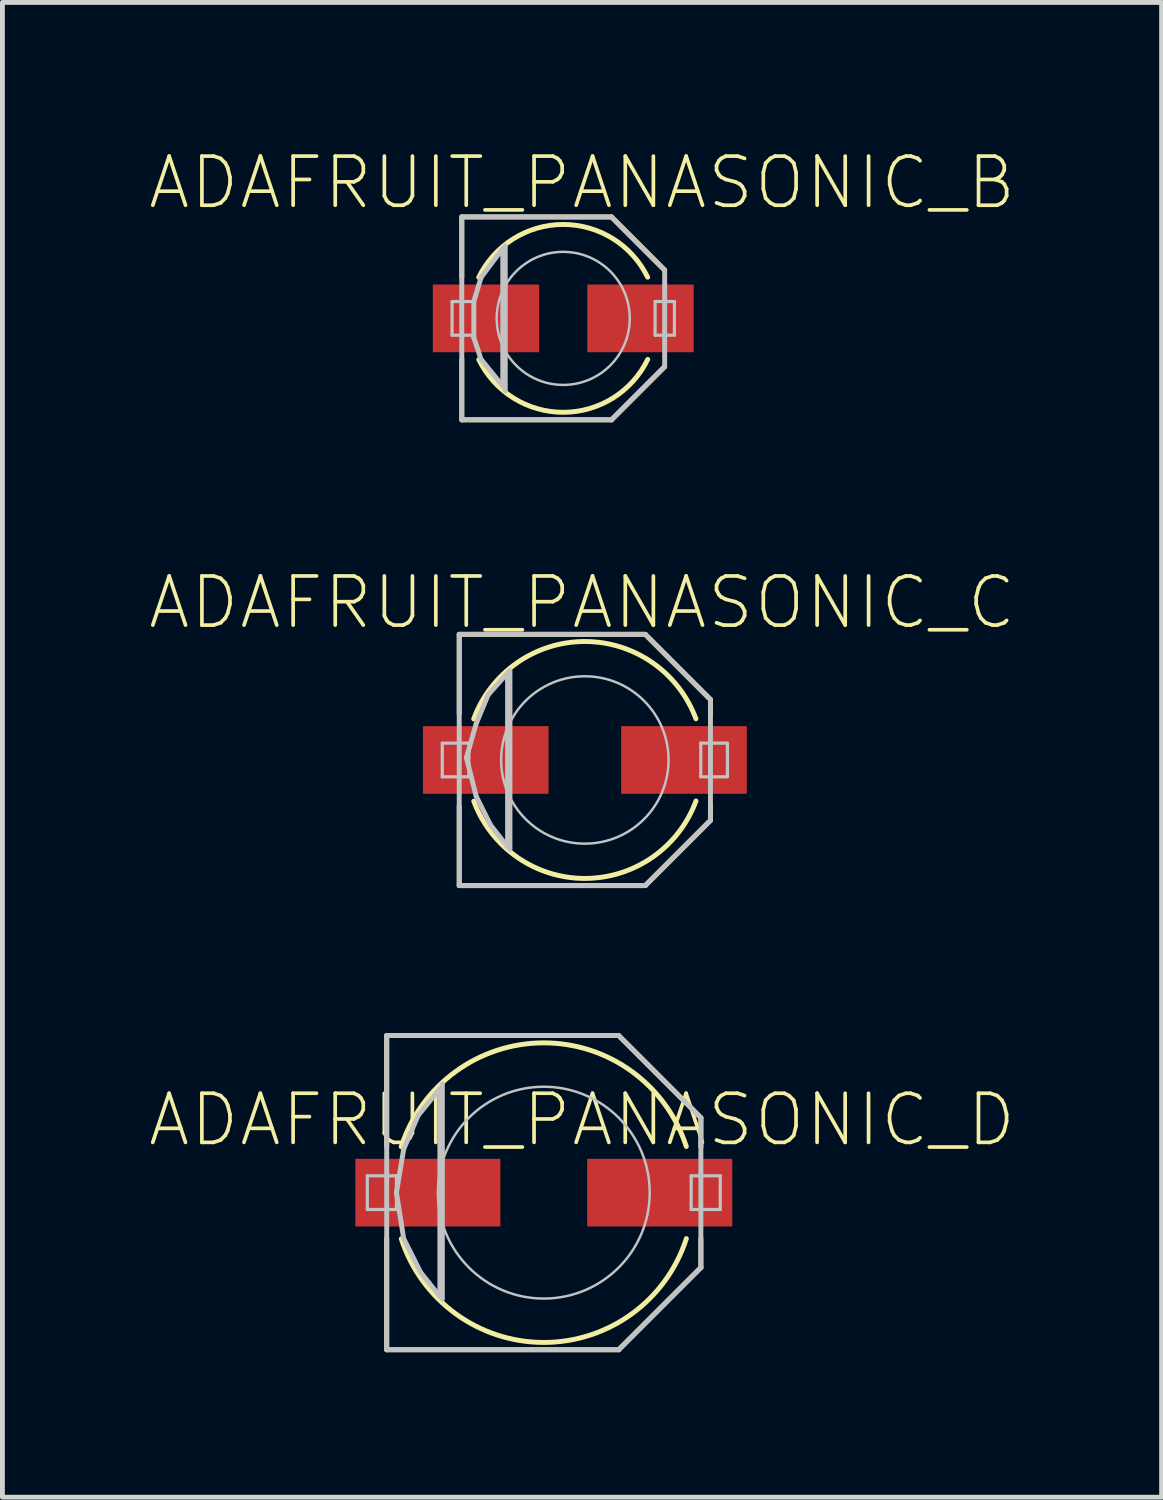
<source format=kicad_pcb>
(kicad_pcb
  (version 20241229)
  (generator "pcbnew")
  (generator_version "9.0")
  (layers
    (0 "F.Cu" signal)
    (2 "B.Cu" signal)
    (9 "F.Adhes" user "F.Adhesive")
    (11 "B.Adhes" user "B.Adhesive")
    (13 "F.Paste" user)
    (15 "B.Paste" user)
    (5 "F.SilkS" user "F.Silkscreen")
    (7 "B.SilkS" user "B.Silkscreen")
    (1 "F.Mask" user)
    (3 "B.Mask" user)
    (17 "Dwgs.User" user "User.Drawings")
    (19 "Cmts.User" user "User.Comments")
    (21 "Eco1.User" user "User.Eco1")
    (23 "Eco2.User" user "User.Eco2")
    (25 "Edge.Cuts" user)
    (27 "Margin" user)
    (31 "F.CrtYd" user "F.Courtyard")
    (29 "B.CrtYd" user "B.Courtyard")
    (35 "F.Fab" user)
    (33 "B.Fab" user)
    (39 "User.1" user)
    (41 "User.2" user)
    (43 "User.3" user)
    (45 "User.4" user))
  (footprint "ADAFRUIT_PANASONIC_D"
    (layer "F.Cu")
    (at 8.197 21.617)
    (property "Reference" "ADAFRUIT_PANASONIC_D" (at 0.79 -1.506 0) (layer "F.SilkS") (effects (font (size 1.016 1.016) (thickness 0.076))))
    (attr smd)
    (fp_line (start -3.249 -3.249) (end 1.549 -3.249) (stroke (width 0.102) (type solid)) (layer "F.SilkS"))
    (fp_line (start -3.249 -0.95) (end -3.249 -3.249) (stroke (width 0.102) (type solid)) (layer "F.SilkS"))
    (fp_line (start -3.249 3.249) (end -3.249 0.95) (stroke (width 0.102) (type solid)) (layer "F.SilkS"))
    (fp_line (start 1.549 -3.249) (end 3.249 -1.549) (stroke (width 0.102) (type solid)) (layer "F.SilkS"))
    (fp_line (start 1.549 3.249) (end -3.249 3.249) (stroke (width 0.102) (type solid)) (layer "F.SilkS"))
    (fp_line (start 3.249 -1.549) (end 3.249 -0.95) (stroke (width 0.102) (type solid)) (layer "F.SilkS"))
    (fp_line (start 3.249 0.95) (end 3.249 1.549) (stroke (width 0.102) (type solid)) (layer "F.SilkS"))
    (fp_line (start 3.249 1.549) (end 1.549 3.249) (stroke (width 0.102) (type solid)) (layer "F.SilkS"))
    (fp_arc (start -2.94894 -0.94996) (mid -0.0024 -3.098171) (end 2.947465 -0.954527) (stroke (width 0.1016) (type solid)) (layer "F.SilkS"))
    (fp_arc (start 2.94894 0.94996) (mid 0.0024 3.098171) (end -2.947465 0.954527) (stroke (width 0.1016) (type solid)) (layer "F.SilkS"))
    (fp_line (start -3.65 -0.348) (end -3.048 -0.348) (stroke (width 0.066) (type solid)) (layer "Dwgs.User"))
    (fp_line (start -3.65 0.348) (end -3.65 -0.348) (stroke (width 0.066) (type solid)) (layer "Dwgs.User"))
    (fp_line (start -3.65 0.348) (end -3.048 0.348) (stroke (width 0.066) (type solid)) (layer "Dwgs.User"))
    (fp_line (start -3.249 -3.249) (end 1.549 -3.249) (stroke (width 0.102) (type solid)) (layer "Dwgs.User"))
    (fp_line (start -3.249 3.249) (end -3.249 -3.249) (stroke (width 0.102) (type solid)) (layer "Dwgs.User"))
    (fp_line (start -3.048 0) (end -2.898 0.95) (stroke (width 0.102) (type solid)) (layer "Dwgs.User"))
    (fp_line (start -3.048 0.348) (end -3.048 -0.348) (stroke (width 0.066) (type solid)) (layer "Dwgs.User"))
    (fp_line (start -2.898 -0.899) (end -3.048 0) (stroke (width 0.102) (type solid)) (layer "Dwgs.User"))
    (fp_line (start -2.898 0.95) (end -2.548 1.648) (stroke (width 0.102) (type solid)) (layer "Dwgs.User"))
    (fp_line (start -2.598 -1.598) (end -2.898 -0.899) (stroke (width 0.102) (type solid)) (layer "Dwgs.User"))
    (fp_line (start -2.548 1.648) (end -2.149 2.149) (stroke (width 0.102) (type solid)) (layer "Dwgs.User"))
    (fp_line (start -2.149 -2.149) (end -2.598 -1.598) (stroke (width 0.102) (type solid)) (layer "Dwgs.User"))
    (fp_line (start -2.149 -2.098) (end -2.149 -2.149) (stroke (width 0.102) (type solid)) (layer "Dwgs.User"))
    (fp_line (start -2.149 2.149) (end -2.149 -2.098) (stroke (width 0.102) (type solid)) (layer "Dwgs.User"))
    (fp_line (start -2.098 -2.248) (end -2.098 2.2) (stroke (width 0.102) (type solid)) (layer "Dwgs.User"))
    (fp_line (start 1.549 -3.249) (end 3.249 -1.549) (stroke (width 0.102) (type solid)) (layer "Dwgs.User"))
    (fp_line (start 1.549 3.249) (end -3.249 3.249) (stroke (width 0.102) (type solid)) (layer "Dwgs.User"))
    (fp_line (start 3.048 -0.348) (end 3.65 -0.348) (stroke (width 0.066) (type solid)) (layer "Dwgs.User"))
    (fp_line (start 3.048 0.348) (end 3.048 -0.348) (stroke (width 0.066) (type solid)) (layer "Dwgs.User"))
    (fp_line (start 3.048 0.348) (end 3.65 0.348) (stroke (width 0.066) (type solid)) (layer "Dwgs.User"))
    (fp_line (start 3.249 -1.549) (end 3.249 1.549) (stroke (width 0.102) (type solid)) (layer "Dwgs.User"))
    (fp_line (start 3.249 1.549) (end 1.549 3.249) (stroke (width 0.102) (type solid)) (layer "Dwgs.User"))
    (fp_line (start 3.65 0.348) (end 3.65 -0.348) (stroke (width 0.066) (type solid)) (layer "Dwgs.User"))
    (fp_circle (center 0 0) (end -1.549 1.549) (stroke (width 0.051) (type solid)) (fill no) (layer "Dwgs.User"))
    (pad "+" smd rect (at 2.398 0) (size 3 1.4) (layers "F.Cu" "F.Mask" "F.Paste"))
    (pad "-" smd rect (at -2.398 0) (size 3 1.4) (layers "F.Cu" "F.Mask" "F.Paste")))
  (footprint "ADAFRUIT_PANASONIC_C"
    (layer "F.Cu")
    (at 9.046 12.668)
    (property "Reference" "ADAFRUIT_PANASONIC_C" (at -0.058 -3.256 0) (layer "F.SilkS") (effects (font (size 1.016 1.016) (thickness 0.076))))
    (attr smd)
    (fp_line (start -2.598 -2.598) (end 1.25 -2.598) (stroke (width 0.102) (type solid)) (layer "F.SilkS"))
    (fp_line (start -2.598 -0.95) (end -2.598 -2.598) (stroke (width 0.102) (type solid)) (layer "F.SilkS"))
    (fp_line (start -2.598 2.598) (end -2.598 0.95) (stroke (width 0.102) (type solid)) (layer "F.SilkS"))
    (fp_line (start 1.25 -2.598) (end 2.598 -1.25) (stroke (width 0.102) (type solid)) (layer "F.SilkS"))
    (fp_line (start 1.25 2.598) (end -2.598 2.598) (stroke (width 0.102) (type solid)) (layer "F.SilkS"))
    (fp_line (start 2.598 -1.25) (end 2.598 -0.95) (stroke (width 0.102) (type solid)) (layer "F.SilkS"))
    (fp_line (start 2.598 0.95) (end 2.598 1.25) (stroke (width 0.102) (type solid)) (layer "F.SilkS"))
    (fp_line (start 2.598 1.25) (end 1.25 2.598) (stroke (width 0.102) (type solid)) (layer "F.SilkS"))
    (fp_arc (start -2.2987 -0.84836) (mid -0.001833 -2.450252) (end 2.297428 -0.851799) (stroke (width 0.1016) (type solid)) (layer "F.SilkS"))
    (fp_arc (start 2.2987 0.84836) (mid 0.001833 2.450252) (end -2.297428 0.851799) (stroke (width 0.1016) (type solid)) (layer "F.SilkS"))
    (fp_line (start -2.949 -0.348) (end -2.398 -0.348) (stroke (width 0.066) (type solid)) (layer "Dwgs.User"))
    (fp_line (start -2.949 0.348) (end -2.949 -0.348) (stroke (width 0.066) (type solid)) (layer "Dwgs.User"))
    (fp_line (start -2.949 0.348) (end -2.398 0.348) (stroke (width 0.066) (type solid)) (layer "Dwgs.User"))
    (fp_line (start -2.598 -2.598) (end 1.25 -2.598) (stroke (width 0.102) (type solid)) (layer "Dwgs.User"))
    (fp_line (start -2.598 2.598) (end -2.598 -2.598) (stroke (width 0.102) (type solid)) (layer "Dwgs.User"))
    (fp_line (start -2.449 -0.048) (end -2.248 0.749) (stroke (width 0.102) (type solid)) (layer "Dwgs.User"))
    (fp_line (start -2.398 0.348) (end -2.398 -0.348) (stroke (width 0.066) (type solid)) (layer "Dwgs.User"))
    (fp_line (start -2.248 -0.749) (end -2.449 -0.048) (stroke (width 0.102) (type solid)) (layer "Dwgs.User"))
    (fp_line (start -2.248 0.749) (end -1.948 1.349) (stroke (width 0.102) (type solid)) (layer "Dwgs.User"))
    (fp_line (start -1.999 -1.349) (end -2.248 -0.749) (stroke (width 0.102) (type solid)) (layer "Dwgs.User"))
    (fp_line (start -1.948 1.349) (end -1.598 1.798) (stroke (width 0.102) (type solid)) (layer "Dwgs.User"))
    (fp_line (start -1.598 -1.798) (end -1.999 -1.349) (stroke (width 0.102) (type solid)) (layer "Dwgs.User"))
    (fp_line (start -1.598 1.798) (end -1.598 -1.798) (stroke (width 0.102) (type solid)) (layer "Dwgs.User"))
    (fp_line (start -1.549 -1.849) (end -1.549 1.849) (stroke (width 0.102) (type solid)) (layer "Dwgs.User"))
    (fp_line (start 1.25 -2.598) (end 2.598 -1.25) (stroke (width 0.102) (type solid)) (layer "Dwgs.User"))
    (fp_line (start 1.25 2.598) (end -2.598 2.598) (stroke (width 0.102) (type solid)) (layer "Dwgs.User"))
    (fp_line (start 2.398 -0.348) (end 2.949 -0.348) (stroke (width 0.066) (type solid)) (layer "Dwgs.User"))
    (fp_line (start 2.398 0.348) (end 2.398 -0.348) (stroke (width 0.066) (type solid)) (layer "Dwgs.User"))
    (fp_line (start 2.398 0.348) (end 2.949 0.348) (stroke (width 0.066) (type solid)) (layer "Dwgs.User"))
    (fp_line (start 2.598 -1.25) (end 2.598 1.25) (stroke (width 0.102) (type solid)) (layer "Dwgs.User"))
    (fp_line (start 2.598 1.25) (end 1.25 2.598) (stroke (width 0.102) (type solid)) (layer "Dwgs.User"))
    (fp_line (start 2.949 0.348) (end 2.949 -0.348) (stroke (width 0.066) (type solid)) (layer "Dwgs.User"))
    (fp_circle (center 0 0) (end -1.224 1.224) (stroke (width 0.051) (type solid)) (fill no) (layer "Dwgs.User"))
    (pad "+" smd rect (at 2.05 0) (size 2.598 1.4) (layers "F.Cu" "F.Mask" "F.Paste"))
    (pad "-" smd rect (at -2.05 0) (size 2.598 1.4) (layers "F.Cu" "F.Mask" "F.Paste")))
  (footprint "ADAFRUIT_PANASONIC_B"
    (layer "F.Cu")
    (at 8.599 3.535)
    (property "Reference" "ADAFRUIT_PANASONIC_B" (at 0.389 -2.807 0) (layer "F.SilkS") (effects (font (size 1.016 1.016) (thickness 0.076))))
    (attr smd)
    (fp_line (start -2.098 -2.098) (end 0.998 -2.098) (stroke (width 0.102) (type solid)) (layer "F.SilkS"))
    (fp_line (start -2.098 -0.848) (end -2.098 -2.098) (stroke (width 0.102) (type solid)) (layer "F.SilkS"))
    (fp_line (start -2.098 2.098) (end -2.098 0.848) (stroke (width 0.102) (type solid)) (layer "F.SilkS"))
    (fp_line (start 0.998 -2.098) (end 2.098 -0.998) (stroke (width 0.102) (type solid)) (layer "F.SilkS"))
    (fp_line (start 0.998 2.098) (end -2.098 2.098) (stroke (width 0.102) (type solid)) (layer "F.SilkS"))
    (fp_line (start 2.098 0.998) (end 0.998 2.098) (stroke (width 0.102) (type solid)) (layer "F.SilkS"))
    (fp_arc (start -1.74752 -0.84836) (mid -0.001866 -1.942559) (end 1.745887 -0.851716) (stroke (width 0.1016) (type solid)) (layer "F.SilkS"))
    (fp_arc (start 1.74752 0.84836) (mid 0.001866 1.942559) (end -1.745887 0.851716) (stroke (width 0.1016) (type solid)) (layer "F.SilkS"))
    (fp_line (start -2.299 -0.348) (end -1.849 -0.348) (stroke (width 0.066) (type solid)) (layer "Dwgs.User"))
    (fp_line (start -2.299 0.348) (end -2.299 -0.348) (stroke (width 0.066) (type solid)) (layer "Dwgs.User"))
    (fp_line (start -2.299 0.348) (end -1.849 0.348) (stroke (width 0.066) (type solid)) (layer "Dwgs.User"))
    (fp_line (start -2.098 -2.098) (end 0.998 -2.098) (stroke (width 0.102) (type solid)) (layer "Dwgs.User"))
    (fp_line (start -2.098 2.098) (end -2.098 -2.098) (stroke (width 0.102) (type solid)) (layer "Dwgs.User"))
    (fp_line (start -1.849 -0.348) (end -1.849 0.399) (stroke (width 0.102) (type solid)) (layer "Dwgs.User"))
    (fp_line (start -1.849 0.348) (end -1.849 -0.348) (stroke (width 0.066) (type solid)) (layer "Dwgs.User"))
    (fp_line (start -1.849 0.399) (end -1.699 0.848) (stroke (width 0.102) (type solid)) (layer "Dwgs.User"))
    (fp_line (start -1.699 -0.848) (end -1.849 -0.348) (stroke (width 0.102) (type solid)) (layer "Dwgs.User"))
    (fp_line (start -1.699 0.848) (end -1.25 1.4) (stroke (width 0.102) (type solid)) (layer "Dwgs.User"))
    (fp_line (start -1.25 -1.448) (end -1.699 -0.848) (stroke (width 0.102) (type solid)) (layer "Dwgs.User"))
    (fp_line (start -1.25 -1.4) (end -1.25 -1.448) (stroke (width 0.102) (type solid)) (layer "Dwgs.User"))
    (fp_line (start -1.25 1.4) (end -1.25 -1.4) (stroke (width 0.102) (type solid)) (layer "Dwgs.User"))
    (fp_line (start -1.199 -1.499) (end -1.199 1.499) (stroke (width 0.102) (type solid)) (layer "Dwgs.User"))
    (fp_line (start 0.998 -2.098) (end 2.098 -0.998) (stroke (width 0.102) (type solid)) (layer "Dwgs.User"))
    (fp_line (start 0.998 2.098) (end -2.098 2.098) (stroke (width 0.102) (type solid)) (layer "Dwgs.User"))
    (fp_line (start 1.9 -0.348) (end 2.299 -0.348) (stroke (width 0.066) (type solid)) (layer "Dwgs.User"))
    (fp_line (start 1.9 0.348) (end 1.9 -0.348) (stroke (width 0.066) (type solid)) (layer "Dwgs.User"))
    (fp_line (start 1.9 0.348) (end 2.299 0.348) (stroke (width 0.066) (type solid)) (layer "Dwgs.User"))
    (fp_line (start 2.098 -0.998) (end 2.098 0.998) (stroke (width 0.102) (type solid)) (layer "Dwgs.User"))
    (fp_line (start 2.098 0.998) (end 0.998 2.098) (stroke (width 0.102) (type solid)) (layer "Dwgs.User"))
    (fp_line (start 2.299 0.348) (end 2.299 -0.348) (stroke (width 0.066) (type solid)) (layer "Dwgs.User"))
    (fp_circle (center 0 0) (end -0.973 0.973) (stroke (width 0.051) (type solid)) (fill no) (layer "Dwgs.User"))
    (pad "+" smd rect (at 1.598 0) (size 2.2 1.4) (layers "F.Cu" "F.Mask" "F.Paste"))
    (pad "-" smd rect (at -1.598 0) (size 2.2 1.4) (layers "F.Cu" "F.Mask" "F.Paste")))
  (gr_rect
    (start -3 -3)
    (end 20.975 27.916)
    (stroke (width 0.1) (type default))
    (fill no)
    (layer "Edge.Cuts")))
</source>
